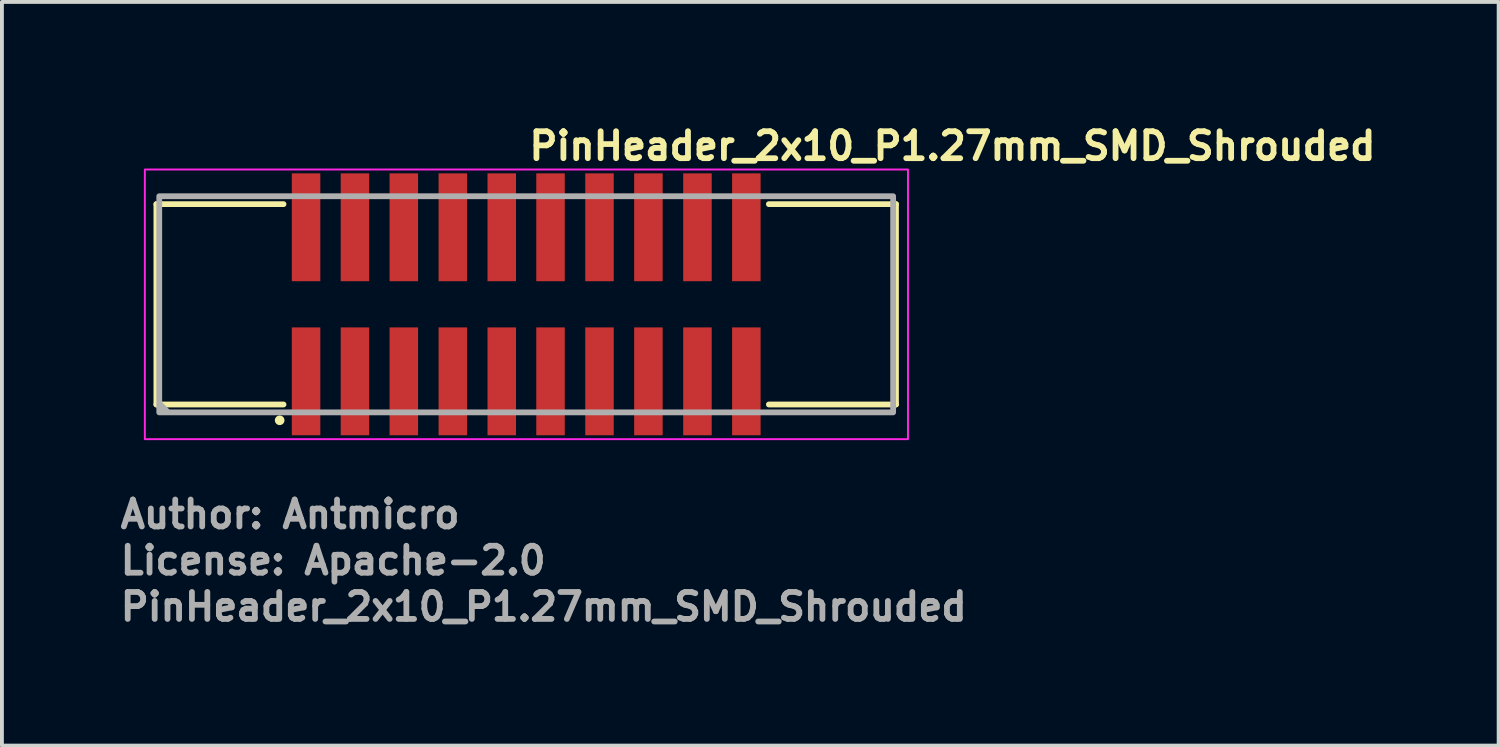
<source format=kicad_pcb>
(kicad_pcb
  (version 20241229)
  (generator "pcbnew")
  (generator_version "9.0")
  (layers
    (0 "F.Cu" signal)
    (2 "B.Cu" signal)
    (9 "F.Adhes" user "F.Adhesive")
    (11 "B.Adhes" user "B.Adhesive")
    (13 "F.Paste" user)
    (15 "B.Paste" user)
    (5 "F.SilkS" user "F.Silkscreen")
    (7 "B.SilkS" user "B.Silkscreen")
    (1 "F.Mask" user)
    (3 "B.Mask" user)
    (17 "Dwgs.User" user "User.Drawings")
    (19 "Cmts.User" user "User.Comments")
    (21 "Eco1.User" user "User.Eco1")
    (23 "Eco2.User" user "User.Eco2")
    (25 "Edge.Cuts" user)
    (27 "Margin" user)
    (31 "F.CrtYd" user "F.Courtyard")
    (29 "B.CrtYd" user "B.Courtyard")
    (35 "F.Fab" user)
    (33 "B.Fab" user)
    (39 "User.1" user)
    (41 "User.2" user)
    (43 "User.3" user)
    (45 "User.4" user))
  (footprint "PinHeader_2x10_P1.27mm_SMD_Shrouded"
    (layer "F.Cu")
    (at 10.61 4.85)
    (property "Reference" "PinHeader_2x10_P1.27mm_SMD_Shrouded" (at 0 -3.7 0) (layer "F.SilkS") (effects (font (size 0.7 0.7) (thickness 0.15)) (justify left bottom)))
    (attr smd)
    (fp_line (start -9.6 -2.601) (end -9.6 2.6) (stroke (width 0.15) (type solid)) (layer "F.SilkS"))
    (fp_line (start -9.6 -2.601) (end -6.3 -2.601) (stroke (width 0.15) (type solid)) (layer "F.SilkS"))
    (fp_line (start -9.6 2.6) (end -6.3 2.6) (stroke (width 0.15) (type solid)) (layer "F.SilkS"))
    (fp_line (start 6.299 -2.601) (end 9.598 -2.601) (stroke (width 0.15) (type solid)) (layer "F.SilkS"))
    (fp_line (start 6.299 2.6) (end 9.598 2.6) (stroke (width 0.15) (type solid)) (layer "F.SilkS"))
    (fp_line (start 9.598 -2.601) (end 9.598 2.6) (stroke (width 0.15) (type solid)) (layer "F.SilkS"))
    (fp_circle (center -6.4 3.01) (end -6.35 3.01) (stroke (width 0.15) (type solid)) (fill yes) (layer "F.SilkS"))
    (fp_rect (start -9.9 -3.5) (end 9.91 3.5) (stroke (width 0.05) (type solid)) (fill no) (layer "F.CrtYd"))
    (fp_line (start -9.51 2.59) (end -9.31 2.79) (stroke (width 0.15) (type solid)) (layer "F.Fab"))
    (fp_rect (start -9.526 -2.806) (end 9.525 2.805) (stroke (width 0.15) (type solid)) (fill no) (layer "F.Fab"))
    (fp_rect (start -9.526 -2.806) (end 9.525 2.805) (stroke (width 0.1) (type solid)) (fill no) (layer "User.5"))
    (fp_line (start -9.526 -2.5) (end 9.525 -2.5) (stroke (width 0.02) (type solid)) (layer "User.9"))
    (fp_line (start -9.526 2.499) (end -9.526 -2.5) (stroke (width 0.02) (type solid)) (layer "User.9"))
    (fp_line (start -9.526 2.499) (end -1.2 2.499) (stroke (width 0.02) (type solid)) (layer "User.9"))
    (fp_line (start -9.125 -2.101) (end -8.725 -1.7) (stroke (width 0.02) (type solid)) (layer "User.9"))
    (fp_line (start -9.125 -2.101) (end 9.124 -2.101) (stroke (width 0.02) (type solid)) (layer "User.9"))
    (fp_line (start -9.125 2.1) (end -9.125 -2.101) (stroke (width 0.02) (type solid)) (layer "User.9"))
    (fp_line (start -9.125 2.1) (end -8.725 1.699) (stroke (width 0.02) (type solid)) (layer "User.9"))
    (fp_line (start -8.725 -1.7) (end -8.725 1.699) (stroke (width 0.02) (type solid)) (layer "User.9"))
    (fp_line (start -8.725 1.699) (end -1.2 1.699) (stroke (width 0.02) (type solid)) (layer "User.9"))
    (fp_line (start -6.768 2.548) (end -6.768 2.499) (stroke (width 0.02) (type solid)) (layer "User.9"))
    (fp_line (start -5.915 -0.835) (end -5.515 -0.835) (stroke (width 0.02) (type solid)) (layer "User.9"))
    (fp_line (start -5.915 -0.435) (end -5.915 -0.835) (stroke (width 0.02) (type solid)) (layer "User.9"))
    (fp_line (start -5.915 0.433) (end -5.816 0.535) (stroke (width 0.02) (type solid)) (layer "User.9"))
    (fp_line (start -5.915 0.433) (end -5.515 0.433) (stroke (width 0.02) (type solid)) (layer "User.9"))
    (fp_line (start -5.915 0.833) (end -5.915 0.433) (stroke (width 0.02) (type solid)) (layer "User.9"))
    (fp_line (start -5.816 -2.755) (end -5.896 -2.5) (stroke (width 0.02) (type solid)) (layer "User.9"))
    (fp_line (start -5.816 -2.755) (end -5.617 -2.755) (stroke (width 0.02) (type solid)) (layer "User.9"))
    (fp_line (start -5.816 -0.735) (end -5.915 -0.835) (stroke (width 0.02) (type solid)) (layer "User.9"))
    (fp_line (start -5.816 -0.735) (end -5.816 -0.537) (stroke (width 0.02) (type solid)) (layer "User.9"))
    (fp_line (start -5.816 -0.537) (end -5.915 -0.435) (stroke (width 0.02) (type solid)) (layer "User.9"))
    (fp_line (start -5.816 -0.537) (end -5.617 -0.537) (stroke (width 0.02) (type solid)) (layer "User.9"))
    (fp_line (start -5.816 0.535) (end -5.816 0.733) (stroke (width 0.02) (type solid)) (layer "User.9"))
    (fp_line (start -5.816 0.733) (end -5.915 0.833) (stroke (width 0.02) (type solid)) (layer "User.9"))
    (fp_line (start -5.816 0.733) (end -5.617 0.733) (stroke (width 0.02) (type solid)) (layer "User.9"))
    (fp_line (start -5.816 2.753) (end -5.88 2.548) (stroke (width 0.02) (type solid)) (layer "User.9"))
    (fp_line (start -5.617 -2.755) (end -5.537 -2.5) (stroke (width 0.02) (type solid)) (layer "User.9"))
    (fp_line (start -5.617 -0.735) (end -5.816 -0.735) (stroke (width 0.02) (type solid)) (layer "User.9"))
    (fp_line (start -5.617 -0.735) (end -5.515 -0.835) (stroke (width 0.02) (type solid)) (layer "User.9"))
    (fp_line (start -5.617 -0.537) (end -5.617 -0.735) (stroke (width 0.02) (type solid)) (layer "User.9"))
    (fp_line (start -5.617 0.535) (end -5.816 0.535) (stroke (width 0.02) (type solid)) (layer "User.9"))
    (fp_line (start -5.617 0.535) (end -5.515 0.433) (stroke (width 0.02) (type solid)) (layer "User.9"))
    (fp_line (start -5.617 0.733) (end -5.617 0.535) (stroke (width 0.02) (type solid)) (layer "User.9"))
    (fp_line (start -5.617 0.733) (end -5.515 0.833) (stroke (width 0.02) (type solid)) (layer "User.9"))
    (fp_line (start -5.617 2.753) (end -5.816 2.753) (stroke (width 0.02) (type solid)) (layer "User.9"))
    (fp_line (start -5.617 2.753) (end -5.552 2.548) (stroke (width 0.02) (type solid)) (layer "User.9"))
    (fp_line (start -5.515 -0.835) (end -5.515 -0.435) (stroke (width 0.02) (type solid)) (layer "User.9"))
    (fp_line (start -5.515 -0.435) (end -5.915 -0.435) (stroke (width 0.02) (type solid)) (layer "User.9"))
    (fp_line (start -5.515 -0.435) (end -5.617 -0.537) (stroke (width 0.02) (type solid)) (layer "User.9"))
    (fp_line (start -5.515 0.433) (end -5.515 0.833) (stroke (width 0.02) (type solid)) (layer "User.9"))
    (fp_line (start -5.515 0.833) (end -5.915 0.833) (stroke (width 0.02) (type solid)) (layer "User.9"))
    (fp_line (start -5.268 2.548) (end -6.768 2.548) (stroke (width 0.02) (type solid)) (layer "User.9"))
    (fp_line (start -5.268 2.548) (end -5.268 2.499) (stroke (width 0.02) (type solid)) (layer "User.9"))
    (fp_line (start -4.646 -0.885) (end -4.247 -0.885) (stroke (width 0.02) (type solid)) (layer "User.9"))
    (fp_line (start -4.646 -0.485) (end -4.646 -0.885) (stroke (width 0.02) (type solid)) (layer "User.9"))
    (fp_line (start -4.646 -0.435) (end -4.646 -0.485) (stroke (width 0.02) (type solid)) (layer "User.9"))
    (fp_line (start -4.646 0.433) (end -4.247 0.433) (stroke (width 0.02) (type solid)) (layer "User.9"))
    (fp_line (start -4.646 0.483) (end -4.646 0.433) (stroke (width 0.02) (type solid)) (layer "User.9"))
    (fp_line (start -4.646 0.483) (end -4.545 0.583) (stroke (width 0.02) (type solid)) (layer "User.9"))
    (fp_line (start -4.646 0.483) (end -4.247 0.483) (stroke (width 0.02) (type solid)) (layer "User.9"))
    (fp_line (start -4.646 0.883) (end -4.646 0.483) (stroke (width 0.02) (type solid)) (layer "User.9"))
    (fp_line (start -4.545 -2.806) (end -4.641 -2.5) (stroke (width 0.02) (type solid)) (layer "User.9"))
    (fp_line (start -4.545 -2.806) (end -4.345 -2.806) (stroke (width 0.02) (type solid)) (layer "User.9"))
    (fp_line (start -4.545 -0.787) (end -4.646 -0.885) (stroke (width 0.02) (type solid)) (layer "User.9"))
    (fp_line (start -4.545 -0.787) (end -4.545 -0.585) (stroke (width 0.02) (type solid)) (layer "User.9"))
    (fp_line (start -4.545 -0.585) (end -4.646 -0.485) (stroke (width 0.02) (type solid)) (layer "User.9"))
    (fp_line (start -4.545 -0.585) (end -4.345 -0.585) (stroke (width 0.02) (type solid)) (layer "User.9"))
    (fp_line (start -4.545 0.583) (end -4.545 0.785) (stroke (width 0.02) (type solid)) (layer "User.9"))
    (fp_line (start -4.545 0.785) (end -4.646 0.883) (stroke (width 0.02) (type solid)) (layer "User.9"))
    (fp_line (start -4.545 0.785) (end -4.345 0.785) (stroke (width 0.02) (type solid)) (layer "User.9"))
    (fp_line (start -4.545 2.805) (end -4.641 2.499) (stroke (width 0.02) (type solid)) (layer "User.9"))
    (fp_line (start -4.345 -2.806) (end -4.25 -2.5) (stroke (width 0.02) (type solid)) (layer "User.9"))
    (fp_line (start -4.345 -0.787) (end -4.545 -0.787) (stroke (width 0.02) (type solid)) (layer "User.9"))
    (fp_line (start -4.345 -0.787) (end -4.247 -0.885) (stroke (width 0.02) (type solid)) (layer "User.9"))
    (fp_line (start -4.345 -0.585) (end -4.345 -0.787) (stroke (width 0.02) (type solid)) (layer "User.9"))
    (fp_line (start -4.345 0.583) (end -4.545 0.583) (stroke (width 0.02) (type solid)) (layer "User.9"))
    (fp_line (start -4.345 0.583) (end -4.247 0.483) (stroke (width 0.02) (type solid)) (layer "User.9"))
    (fp_line (start -4.345 0.785) (end -4.345 0.583) (stroke (width 0.02) (type solid)) (layer "User.9"))
    (fp_line (start -4.345 0.785) (end -4.247 0.883) (stroke (width 0.02) (type solid)) (layer "User.9"))
    (fp_line (start -4.345 2.805) (end -4.545 2.805) (stroke (width 0.02) (type solid)) (layer "User.9"))
    (fp_line (start -4.345 2.805) (end -4.25 2.499) (stroke (width 0.02) (type solid)) (layer "User.9"))
    (fp_line (start -4.247 -0.885) (end -4.247 -0.485) (stroke (width 0.02) (type solid)) (layer "User.9"))
    (fp_line (start -4.247 -0.485) (end -4.646 -0.485) (stroke (width 0.02) (type solid)) (layer "User.9"))
    (fp_line (start -4.247 -0.485) (end -4.345 -0.585) (stroke (width 0.02) (type solid)) (layer "User.9"))
    (fp_line (start -4.247 -0.485) (end -4.247 -0.435) (stroke (width 0.02) (type solid)) (layer "User.9"))
    (fp_line (start -4.247 -0.435) (end -4.646 -0.435) (stroke (width 0.02) (type solid)) (layer "User.9"))
    (fp_line (start -4.247 0.433) (end -4.247 0.483) (stroke (width 0.02) (type solid)) (layer "User.9"))
    (fp_line (start -4.247 0.483) (end -4.247 0.883) (stroke (width 0.02) (type solid)) (layer "User.9"))
    (fp_line (start -4.247 0.883) (end -4.646 0.883) (stroke (width 0.02) (type solid)) (layer "User.9"))
    (fp_line (start -3.375 -0.885) (end -2.976 -0.885) (stroke (width 0.02) (type solid)) (layer "User.9"))
    (fp_line (start -3.375 -0.485) (end -3.375 -0.885) (stroke (width 0.02) (type solid)) (layer "User.9"))
    (fp_line (start -3.375 -0.435) (end -3.375 -0.485) (stroke (width 0.02) (type solid)) (layer "User.9"))
    (fp_line (start -3.375 0.433) (end -2.976 0.433) (stroke (width 0.02) (type solid)) (layer "User.9"))
    (fp_line (start -3.375 0.483) (end -3.375 0.433) (stroke (width 0.02) (type solid)) (layer "User.9"))
    (fp_line (start -3.375 0.483) (end -3.275 0.583) (stroke (width 0.02) (type solid)) (layer "User.9"))
    (fp_line (start -3.375 0.483) (end -2.976 0.483) (stroke (width 0.02) (type solid)) (layer "User.9"))
    (fp_line (start -3.375 0.883) (end -3.375 0.483) (stroke (width 0.02) (type solid)) (layer "User.9"))
    (fp_line (start -3.275 -2.806) (end -3.371 -2.5) (stroke (width 0.02) (type solid)) (layer "User.9"))
    (fp_line (start -3.275 -2.806) (end -3.077 -2.806) (stroke (width 0.02) (type solid)) (layer "User.9"))
    (fp_line (start -3.275 -0.787) (end -3.375 -0.885) (stroke (width 0.02) (type solid)) (layer "User.9"))
    (fp_line (start -3.275 -0.787) (end -3.275 -0.585) (stroke (width 0.02) (type solid)) (layer "User.9"))
    (fp_line (start -3.275 -0.585) (end -3.375 -0.485) (stroke (width 0.02) (type solid)) (layer "User.9"))
    (fp_line (start -3.275 -0.585) (end -3.077 -0.585) (stroke (width 0.02) (type solid)) (layer "User.9"))
    (fp_line (start -3.275 0.583) (end -3.275 0.785) (stroke (width 0.02) (type solid)) (layer "User.9"))
    (fp_line (start -3.275 0.785) (end -3.375 0.883) (stroke (width 0.02) (type solid)) (layer "User.9"))
    (fp_line (start -3.275 0.785) (end -3.077 0.785) (stroke (width 0.02) (type solid)) (layer "User.9"))
    (fp_line (start -3.275 2.805) (end -3.371 2.499) (stroke (width 0.02) (type solid)) (layer "User.9"))
    (fp_line (start -3.077 -2.806) (end -2.98 -2.5) (stroke (width 0.02) (type solid)) (layer "User.9"))
    (fp_line (start -3.077 -0.787) (end -3.275 -0.787) (stroke (width 0.02) (type solid)) (layer "User.9"))
    (fp_line (start -3.077 -0.787) (end -2.976 -0.885) (stroke (width 0.02) (type solid)) (layer "User.9"))
    (fp_line (start -3.077 -0.585) (end -3.077 -0.787) (stroke (width 0.02) (type solid)) (layer "User.9"))
    (fp_line (start -3.077 0.583) (end -3.275 0.583) (stroke (width 0.02) (type solid)) (layer "User.9"))
    (fp_line (start -3.077 0.583) (end -2.976 0.483) (stroke (width 0.02) (type solid)) (layer "User.9"))
    (fp_line (start -3.077 0.785) (end -3.077 0.583) (stroke (width 0.02) (type solid)) (layer "User.9"))
    (fp_line (start -3.077 0.785) (end -2.976 0.883) (stroke (width 0.02) (type solid)) (layer "User.9"))
    (fp_line (start -3.077 2.805) (end -3.275 2.805) (stroke (width 0.02) (type solid)) (layer "User.9"))
    (fp_line (start -3.077 2.805) (end -2.98 2.499) (stroke (width 0.02) (type solid)) (layer "User.9"))
    (fp_line (start -2.976 -0.885) (end -2.976 -0.485) (stroke (width 0.02) (type solid)) (layer "User.9"))
    (fp_line (start -2.976 -0.485) (end -3.375 -0.485) (stroke (width 0.02) (type solid)) (layer "User.9"))
    (fp_line (start -2.976 -0.485) (end -3.077 -0.585) (stroke (width 0.02) (type solid)) (layer "User.9"))
    (fp_line (start -2.976 -0.485) (end -2.976 -0.435) (stroke (width 0.02) (type solid)) (layer "User.9"))
    (fp_line (start -2.976 -0.435) (end -3.375 -0.435) (stroke (width 0.02) (type solid)) (layer "User.9"))
    (fp_line (start -2.976 0.433) (end -2.976 0.483) (stroke (width 0.02) (type solid)) (layer "User.9"))
    (fp_line (start -2.976 0.483) (end -2.976 0.883) (stroke (width 0.02) (type solid)) (layer "User.9"))
    (fp_line (start -2.976 0.883) (end -3.375 0.883) (stroke (width 0.02) (type solid)) (layer "User.9"))
    (fp_line (start -2.105 -0.885) (end -1.706 -0.885) (stroke (width 0.02) (type solid)) (layer "User.9"))
    (fp_line (start -2.105 -0.485) (end -2.105 -0.885) (stroke (width 0.02) (type solid)) (layer "User.9"))
    (fp_line (start -2.105 -0.435) (end -2.105 -0.485) (stroke (width 0.02) (type solid)) (layer "User.9"))
    (fp_line (start -2.105 0.433) (end -1.706 0.433) (stroke (width 0.02) (type solid)) (layer "User.9"))
    (fp_line (start -2.105 0.483) (end -2.105 0.433) (stroke (width 0.02) (type solid)) (layer "User.9"))
    (fp_line (start -2.105 0.483) (end -2.005 0.583) (stroke (width 0.02) (type solid)) (layer "User.9"))
    (fp_line (start -2.105 0.483) (end -1.706 0.483) (stroke (width 0.02) (type solid)) (layer "User.9"))
    (fp_line (start -2.105 0.883) (end -2.105 0.483) (stroke (width 0.02) (type solid)) (layer "User.9"))
    (fp_line (start -2.005 -2.806) (end -2.101 -2.5) (stroke (width 0.02) (type solid)) (layer "User.9"))
    (fp_line (start -2.005 -2.806) (end -1.805 -2.806) (stroke (width 0.02) (type solid)) (layer "User.9"))
    (fp_line (start -2.005 -0.787) (end -2.105 -0.885) (stroke (width 0.02) (type solid)) (layer "User.9"))
    (fp_line (start -2.005 -0.787) (end -2.005 -0.585) (stroke (width 0.02) (type solid)) (layer "User.9"))
    (fp_line (start -2.005 -0.585) (end -2.105 -0.485) (stroke (width 0.02) (type solid)) (layer "User.9"))
    (fp_line (start -2.005 -0.585) (end -1.805 -0.585) (stroke (width 0.02) (type solid)) (layer "User.9"))
    (fp_line (start -2.005 0.583) (end -2.005 0.785) (stroke (width 0.02) (type solid)) (layer "User.9"))
    (fp_line (start -2.005 0.785) (end -2.105 0.883) (stroke (width 0.02) (type solid)) (layer "User.9"))
    (fp_line (start -2.005 0.785) (end -1.805 0.785) (stroke (width 0.02) (type solid)) (layer "User.9"))
    (fp_line (start -2.005 2.805) (end -2.101 2.499) (stroke (width 0.02) (type solid)) (layer "User.9"))
    (fp_line (start -1.805 -2.806) (end -1.71 -2.5) (stroke (width 0.02) (type solid)) (layer "User.9"))
    (fp_line (start -1.805 -0.787) (end -2.005 -0.787) (stroke (width 0.02) (type solid)) (layer "User.9"))
    (fp_line (start -1.805 -0.787) (end -1.706 -0.885) (stroke (width 0.02) (type solid)) (layer "User.9"))
    (fp_line (start -1.805 -0.585) (end -1.805 -0.787) (stroke (width 0.02) (type solid)) (layer "User.9"))
    (fp_line (start -1.805 0.583) (end -2.005 0.583) (stroke (width 0.02) (type solid)) (layer "User.9"))
    (fp_line (start -1.805 0.583) (end -1.706 0.483) (stroke (width 0.02) (type solid)) (layer "User.9"))
    (fp_line (start -1.805 0.785) (end -1.805 0.583) (stroke (width 0.02) (type solid)) (layer "User.9"))
    (fp_line (start -1.805 0.785) (end -1.706 0.883) (stroke (width 0.02) (type solid)) (layer "User.9"))
    (fp_line (start -1.805 2.805) (end -2.005 2.805) (stroke (width 0.02) (type solid)) (layer "User.9"))
    (fp_line (start -1.805 2.805) (end -1.71 2.499) (stroke (width 0.02) (type solid)) (layer "User.9"))
    (fp_line (start -1.706 -0.885) (end -1.706 -0.485) (stroke (width 0.02) (type solid)) (layer "User.9"))
    (fp_line (start -1.706 -0.485) (end -2.105 -0.485) (stroke (width 0.02) (type solid)) (layer "User.9"))
    (fp_line (start -1.706 -0.485) (end -1.805 -0.585) (stroke (width 0.02) (type solid)) (layer "User.9"))
    (fp_line (start -1.706 -0.485) (end -1.706 -0.435) (stroke (width 0.02) (type solid)) (layer "User.9"))
    (fp_line (start -1.706 -0.435) (end -2.105 -0.435) (stroke (width 0.02) (type solid)) (layer "User.9"))
    (fp_line (start -1.706 0.433) (end -1.706 0.483) (stroke (width 0.02) (type solid)) (layer "User.9"))
    (fp_line (start -1.706 0.483) (end -1.706 0.883) (stroke (width 0.02) (type solid)) (layer "User.9"))
    (fp_line (start -1.706 0.883) (end -2.105 0.883) (stroke (width 0.02) (type solid)) (layer "User.9"))
    (fp_line (start -1.2 2.1) (end -9.125 2.1) (stroke (width 0.02) (type solid)) (layer "User.9"))
    (fp_line (start -1.2 2.1) (end -1.2 1.699) (stroke (width 0.02) (type solid)) (layer "User.9"))
    (fp_line (start -1.2 2.499) (end -1.2 2.1) (stroke (width 0.02) (type solid)) (layer "User.9"))
    (fp_line (start -0.835 -0.885) (end -0.435 -0.885) (stroke (width 0.02) (type solid)) (layer "User.9"))
    (fp_line (start -0.835 -0.485) (end -0.835 -0.885) (stroke (width 0.02) (type solid)) (layer "User.9"))
    (fp_line (start -0.835 -0.435) (end -0.835 -0.485) (stroke (width 0.02) (type solid)) (layer "User.9"))
    (fp_line (start -0.835 0.433) (end -0.435 0.433) (stroke (width 0.02) (type solid)) (layer "User.9"))
    (fp_line (start -0.835 0.483) (end -0.835 0.433) (stroke (width 0.02) (type solid)) (layer "User.9"))
    (fp_line (start -0.835 0.483) (end -0.735 0.583) (stroke (width 0.02) (type solid)) (layer "User.9"))
    (fp_line (start -0.835 0.483) (end -0.435 0.483) (stroke (width 0.02) (type solid)) (layer "User.9"))
    (fp_line (start -0.835 0.883) (end -0.835 0.483) (stroke (width 0.02) (type solid)) (layer "User.9"))
    (fp_line (start -0.735 -2.806) (end -0.832 -2.5) (stroke (width 0.02) (type solid)) (layer "User.9"))
    (fp_line (start -0.735 -2.806) (end -0.537 -2.806) (stroke (width 0.02) (type solid)) (layer "User.9"))
    (fp_line (start -0.735 -0.787) (end -0.835 -0.885) (stroke (width 0.02) (type solid)) (layer "User.9"))
    (fp_line (start -0.735 -0.787) (end -0.735 -0.585) (stroke (width 0.02) (type solid)) (layer "User.9"))
    (fp_line (start -0.735 -0.585) (end -0.835 -0.485) (stroke (width 0.02) (type solid)) (layer "User.9"))
    (fp_line (start -0.735 -0.585) (end -0.537 -0.585) (stroke (width 0.02) (type solid)) (layer "User.9"))
    (fp_line (start -0.735 0.583) (end -0.735 0.785) (stroke (width 0.02) (type solid)) (layer "User.9"))
    (fp_line (start -0.735 0.785) (end -0.835 0.883) (stroke (width 0.02) (type solid)) (layer "User.9"))
    (fp_line (start -0.735 0.785) (end -0.537 0.785) (stroke (width 0.02) (type solid)) (layer "User.9"))
    (fp_line (start -0.735 2.805) (end -0.832 2.499) (stroke (width 0.02) (type solid)) (layer "User.9"))
    (fp_line (start -0.537 -2.806) (end -0.44 -2.5) (stroke (width 0.02) (type solid)) (layer "User.9"))
    (fp_line (start -0.537 -0.787) (end -0.735 -0.787) (stroke (width 0.02) (type solid)) (layer "User.9"))
    (fp_line (start -0.537 -0.787) (end -0.435 -0.885) (stroke (width 0.02) (type solid)) (layer "User.9"))
    (fp_line (start -0.537 -0.585) (end -0.537 -0.787) (stroke (width 0.02) (type solid)) (layer "User.9"))
    (fp_line (start -0.537 0.583) (end -0.735 0.583) (stroke (width 0.02) (type solid)) (layer "User.9"))
    (fp_line (start -0.537 0.583) (end -0.435 0.483) (stroke (width 0.02) (type solid)) (layer "User.9"))
    (fp_line (start -0.537 0.785) (end -0.537 0.583) (stroke (width 0.02) (type solid)) (layer "User.9"))
    (fp_line (start -0.537 0.785) (end -0.435 0.883) (stroke (width 0.02) (type solid)) (layer "User.9"))
    (fp_line (start -0.537 2.805) (end -0.735 2.805) (stroke (width 0.02) (type solid)) (layer "User.9"))
    (fp_line (start -0.537 2.805) (end -0.44 2.499) (stroke (width 0.02) (type solid)) (layer "User.9"))
    (fp_line (start -0.435 -0.885) (end -0.435 -0.485) (stroke (width 0.02) (type solid)) (layer "User.9"))
    (fp_line (start -0.435 -0.485) (end -0.835 -0.485) (stroke (width 0.02) (type solid)) (layer "User.9"))
    (fp_line (start -0.435 -0.485) (end -0.537 -0.585) (stroke (width 0.02) (type solid)) (layer "User.9"))
    (fp_line (start -0.435 -0.485) (end -0.435 -0.435) (stroke (width 0.02) (type solid)) (layer "User.9"))
    (fp_line (start -0.435 -0.435) (end -0.835 -0.435) (stroke (width 0.02) (type solid)) (layer "User.9"))
    (fp_line (start -0.435 0.433) (end -0.435 0.483) (stroke (width 0.02) (type solid)) (layer "User.9"))
    (fp_line (start -0.435 0.483) (end -0.435 0.883) (stroke (width 0.02) (type solid)) (layer "User.9"))
    (fp_line (start -0.435 0.883) (end -0.835 0.883) (stroke (width 0.02) (type solid)) (layer "User.9"))
    (fp_line (start 0.433 -0.885) (end 0.833 -0.885) (stroke (width 0.02) (type solid)) (layer "User.9"))
    (fp_line (start 0.433 -0.485) (end 0.433 -0.885) (stroke (width 0.02) (type solid)) (layer "User.9"))
    (fp_line (start 0.433 -0.435) (end 0.433 -0.485) (stroke (width 0.02) (type solid)) (layer "User.9"))
    (fp_line (start 0.433 0.433) (end 0.833 0.433) (stroke (width 0.02) (type solid)) (layer "User.9"))
    (fp_line (start 0.433 0.483) (end 0.433 0.433) (stroke (width 0.02) (type solid)) (layer "User.9"))
    (fp_line (start 0.433 0.483) (end 0.535 0.583) (stroke (width 0.02) (type solid)) (layer "User.9"))
    (fp_line (start 0.433 0.483) (end 0.833 0.483) (stroke (width 0.02) (type solid)) (layer "User.9"))
    (fp_line (start 0.433 0.883) (end 0.433 0.483) (stroke (width 0.02) (type solid)) (layer "User.9"))
    (fp_line (start 0.535 -2.806) (end 0.438 -2.5) (stroke (width 0.02) (type solid)) (layer "User.9"))
    (fp_line (start 0.535 -2.806) (end 0.733 -2.806) (stroke (width 0.02) (type solid)) (layer "User.9"))
    (fp_line (start 0.535 -0.787) (end 0.433 -0.885) (stroke (width 0.02) (type solid)) (layer "User.9"))
    (fp_line (start 0.535 -0.787) (end 0.535 -0.585) (stroke (width 0.02) (type solid)) (layer "User.9"))
    (fp_line (start 0.535 -0.585) (end 0.433 -0.485) (stroke (width 0.02) (type solid)) (layer "User.9"))
    (fp_line (start 0.535 -0.585) (end 0.733 -0.585) (stroke (width 0.02) (type solid)) (layer "User.9"))
    (fp_line (start 0.535 0.583) (end 0.535 0.785) (stroke (width 0.02) (type solid)) (layer "User.9"))
    (fp_line (start 0.535 0.785) (end 0.433 0.883) (stroke (width 0.02) (type solid)) (layer "User.9"))
    (fp_line (start 0.535 0.785) (end 0.733 0.785) (stroke (width 0.02) (type solid)) (layer "User.9"))
    (fp_line (start 0.535 2.805) (end 0.438 2.499) (stroke (width 0.02) (type solid)) (layer "User.9"))
    (fp_line (start 0.733 -2.806) (end 0.83 -2.5) (stroke (width 0.02) (type solid)) (layer "User.9"))
    (fp_line (start 0.733 -0.787) (end 0.535 -0.787) (stroke (width 0.02) (type solid)) (layer "User.9"))
    (fp_line (start 0.733 -0.787) (end 0.833 -0.885) (stroke (width 0.02) (type solid)) (layer "User.9"))
    (fp_line (start 0.733 -0.585) (end 0.733 -0.787) (stroke (width 0.02) (type solid)) (layer "User.9"))
    (fp_line (start 0.733 0.583) (end 0.535 0.583) (stroke (width 0.02) (type solid)) (layer "User.9"))
    (fp_line (start 0.733 0.583) (end 0.833 0.483) (stroke (width 0.02) (type solid)) (layer "User.9"))
    (fp_line (start 0.733 0.785) (end 0.733 0.583) (stroke (width 0.02) (type solid)) (layer "User.9"))
    (fp_line (start 0.733 0.785) (end 0.833 0.883) (stroke (width 0.02) (type solid)) (layer "User.9"))
    (fp_line (start 0.733 2.805) (end 0.535 2.805) (stroke (width 0.02) (type solid)) (layer "User.9"))
    (fp_line (start 0.733 2.805) (end 0.83 2.499) (stroke (width 0.02) (type solid)) (layer "User.9"))
    (fp_line (start 0.833 -0.885) (end 0.833 -0.485) (stroke (width 0.02) (type solid)) (layer "User.9"))
    (fp_line (start 0.833 -0.485) (end 0.433 -0.485) (stroke (width 0.02) (type solid)) (layer "User.9"))
    (fp_line (start 0.833 -0.485) (end 0.733 -0.585) (stroke (width 0.02) (type solid)) (layer "User.9"))
    (fp_line (start 0.833 -0.485) (end 0.833 -0.435) (stroke (width 0.02) (type solid)) (layer "User.9"))
    (fp_line (start 0.833 -0.435) (end 0.433 -0.435) (stroke (width 0.02) (type solid)) (layer "User.9"))
    (fp_line (start 0.833 0.433) (end 0.833 0.483) (stroke (width 0.02) (type solid)) (layer "User.9"))
    (fp_line (start 0.833 0.483) (end 0.833 0.883) (stroke (width 0.02) (type solid)) (layer "User.9"))
    (fp_line (start 0.833 0.883) (end 0.433 0.883) (stroke (width 0.02) (type solid)) (layer "User.9"))
    (fp_line (start 1.199 1.699) (end 1.199 2.1) (stroke (width 0.02) (type solid)) (layer "User.9"))
    (fp_line (start 1.199 1.699) (end 8.724 1.699) (stroke (width 0.02) (type solid)) (layer "User.9"))
    (fp_line (start 1.199 2.1) (end 1.199 2.499) (stroke (width 0.02) (type solid)) (layer "User.9"))
    (fp_line (start 1.199 2.499) (end -1.2 2.499) (stroke (width 0.02) (type solid)) (layer "User.9"))
    (fp_line (start 1.199 2.499) (end 9.525 2.499) (stroke (width 0.02) (type solid)) (layer "User.9"))
    (fp_line (start 1.705 -0.885) (end 2.104 -0.885) (stroke (width 0.02) (type solid)) (layer "User.9"))
    (fp_line (start 1.705 -0.485) (end 1.705 -0.885) (stroke (width 0.02) (type solid)) (layer "User.9"))
    (fp_line (start 1.705 -0.435) (end 1.705 -0.485) (stroke (width 0.02) (type solid)) (layer "User.9"))
    (fp_line (start 1.705 0.433) (end 2.104 0.433) (stroke (width 0.02) (type solid)) (layer "User.9"))
    (fp_line (start 1.705 0.483) (end 1.705 0.433) (stroke (width 0.02) (type solid)) (layer "User.9"))
    (fp_line (start 1.705 0.483) (end 1.804 0.583) (stroke (width 0.02) (type solid)) (layer "User.9"))
    (fp_line (start 1.705 0.483) (end 2.104 0.483) (stroke (width 0.02) (type solid)) (layer "User.9"))
    (fp_line (start 1.705 0.883) (end 1.705 0.483) (stroke (width 0.02) (type solid)) (layer "User.9"))
    (fp_line (start 1.804 -2.806) (end 1.709 -2.5) (stroke (width 0.02) (type solid)) (layer "User.9"))
    (fp_line (start 1.804 -2.806) (end 2.003 -2.806) (stroke (width 0.02) (type solid)) (layer "User.9"))
    (fp_line (start 1.804 -0.787) (end 1.705 -0.885) (stroke (width 0.02) (type solid)) (layer "User.9"))
    (fp_line (start 1.804 -0.787) (end 1.804 -0.585) (stroke (width 0.02) (type solid)) (layer "User.9"))
    (fp_line (start 1.804 -0.585) (end 1.705 -0.485) (stroke (width 0.02) (type solid)) (layer "User.9"))
    (fp_line (start 1.804 -0.585) (end 2.003 -0.585) (stroke (width 0.02) (type solid)) (layer "User.9"))
    (fp_line (start 1.804 0.583) (end 1.804 0.785) (stroke (width 0.02) (type solid)) (layer "User.9"))
    (fp_line (start 1.804 0.785) (end 1.705 0.883) (stroke (width 0.02) (type solid)) (layer "User.9"))
    (fp_line (start 1.804 0.785) (end 2.003 0.785) (stroke (width 0.02) (type solid)) (layer "User.9"))
    (fp_line (start 1.804 2.805) (end 1.709 2.499) (stroke (width 0.02) (type solid)) (layer "User.9"))
    (fp_line (start 2.003 -2.806) (end 2.1 -2.5) (stroke (width 0.02) (type solid)) (layer "User.9"))
    (fp_line (start 2.003 -0.787) (end 1.804 -0.787) (stroke (width 0.02) (type solid)) (layer "User.9"))
    (fp_line (start 2.003 -0.787) (end 2.104 -0.885) (stroke (width 0.02) (type solid)) (layer "User.9"))
    (fp_line (start 2.003 -0.585) (end 2.003 -0.787) (stroke (width 0.02) (type solid)) (layer "User.9"))
    (fp_line (start 2.003 0.583) (end 1.804 0.583) (stroke (width 0.02) (type solid)) (layer "User.9"))
    (fp_line (start 2.003 0.583) (end 2.104 0.483) (stroke (width 0.02) (type solid)) (layer "User.9"))
    (fp_line (start 2.003 0.785) (end 2.003 0.583) (stroke (width 0.02) (type solid)) (layer "User.9"))
    (fp_line (start 2.003 0.785) (end 2.104 0.883) (stroke (width 0.02) (type solid)) (layer "User.9"))
    (fp_line (start 2.003 2.805) (end 1.804 2.805) (stroke (width 0.02) (type solid)) (layer "User.9"))
    (fp_line (start 2.003 2.805) (end 2.1 2.499) (stroke (width 0.02) (type solid)) (layer "User.9"))
    (fp_line (start 2.104 -0.885) (end 2.104 -0.485) (stroke (width 0.02) (type solid)) (layer "User.9"))
    (fp_line (start 2.104 -0.485) (end 1.705 -0.485) (stroke (width 0.02) (type solid)) (layer "User.9"))
    (fp_line (start 2.104 -0.485) (end 2.003 -0.585) (stroke (width 0.02) (type solid)) (layer "User.9"))
    (fp_line (start 2.104 -0.485) (end 2.104 -0.435) (stroke (width 0.02) (type solid)) (layer "User.9"))
    (fp_line (start 2.104 -0.435) (end 1.705 -0.435) (stroke (width 0.02) (type solid)) (layer "User.9"))
    (fp_line (start 2.104 0.433) (end 2.104 0.483) (stroke (width 0.02) (type solid)) (layer "User.9"))
    (fp_line (start 2.104 0.483) (end 2.104 0.883) (stroke (width 0.02) (type solid)) (layer "User.9"))
    (fp_line (start 2.104 0.883) (end 1.705 0.883) (stroke (width 0.02) (type solid)) (layer "User.9"))
    (fp_line (start 2.975 -0.885) (end 3.374 -0.885) (stroke (width 0.02) (type solid)) (layer "User.9"))
    (fp_line (start 2.975 -0.485) (end 2.975 -0.885) (stroke (width 0.02) (type solid)) (layer "User.9"))
    (fp_line (start 2.975 -0.435) (end 2.975 -0.485) (stroke (width 0.02) (type solid)) (layer "User.9"))
    (fp_line (start 2.975 0.433) (end 3.374 0.433) (stroke (width 0.02) (type solid)) (layer "User.9"))
    (fp_line (start 2.975 0.483) (end 2.975 0.433) (stroke (width 0.02) (type solid)) (layer "User.9"))
    (fp_line (start 2.975 0.483) (end 3.075 0.583) (stroke (width 0.02) (type solid)) (layer "User.9"))
    (fp_line (start 2.975 0.483) (end 3.374 0.483) (stroke (width 0.02) (type solid)) (layer "User.9"))
    (fp_line (start 2.975 0.883) (end 2.975 0.483) (stroke (width 0.02) (type solid)) (layer "User.9"))
    (fp_line (start 3.075 -2.806) (end 2.979 -2.5) (stroke (width 0.02) (type solid)) (layer "User.9"))
    (fp_line (start 3.075 -2.806) (end 3.273 -2.806) (stroke (width 0.02) (type solid)) (layer "User.9"))
    (fp_line (start 3.075 -0.787) (end 2.975 -0.885) (stroke (width 0.02) (type solid)) (layer "User.9"))
    (fp_line (start 3.075 -0.787) (end 3.075 -0.585) (stroke (width 0.02) (type solid)) (layer "User.9"))
    (fp_line (start 3.075 -0.585) (end 2.975 -0.485) (stroke (width 0.02) (type solid)) (layer "User.9"))
    (fp_line (start 3.075 -0.585) (end 3.273 -0.585) (stroke (width 0.02) (type solid)) (layer "User.9"))
    (fp_line (start 3.075 0.583) (end 3.075 0.785) (stroke (width 0.02) (type solid)) (layer "User.9"))
    (fp_line (start 3.075 0.785) (end 2.975 0.883) (stroke (width 0.02) (type solid)) (layer "User.9"))
    (fp_line (start 3.075 0.785) (end 3.273 0.785) (stroke (width 0.02) (type solid)) (layer "User.9"))
    (fp_line (start 3.075 2.805) (end 2.979 2.499) (stroke (width 0.02) (type solid)) (layer "User.9"))
    (fp_line (start 3.273 -2.806) (end 3.37 -2.5) (stroke (width 0.02) (type solid)) (layer "User.9"))
    (fp_line (start 3.273 -0.787) (end 3.075 -0.787) (stroke (width 0.02) (type solid)) (layer "User.9"))
    (fp_line (start 3.273 -0.787) (end 3.374 -0.885) (stroke (width 0.02) (type solid)) (layer "User.9"))
    (fp_line (start 3.273 -0.585) (end 3.273 -0.787) (stroke (width 0.02) (type solid)) (layer "User.9"))
    (fp_line (start 3.273 0.583) (end 3.075 0.583) (stroke (width 0.02) (type solid)) (layer "User.9"))
    (fp_line (start 3.273 0.583) (end 3.374 0.483) (stroke (width 0.02) (type solid)) (layer "User.9"))
    (fp_line (start 3.273 0.785) (end 3.273 0.583) (stroke (width 0.02) (type solid)) (layer "User.9"))
    (fp_line (start 3.273 0.785) (end 3.374 0.883) (stroke (width 0.02) (type solid)) (layer "User.9"))
    (fp_line (start 3.273 2.805) (end 3.075 2.805) (stroke (width 0.02) (type solid)) (layer "User.9"))
    (fp_line (start 3.273 2.805) (end 3.37 2.499) (stroke (width 0.02) (type solid)) (layer "User.9"))
    (fp_line (start 3.374 -0.885) (end 3.374 -0.485) (stroke (width 0.02) (type solid)) (layer "User.9"))
    (fp_line (start 3.374 -0.485) (end 2.975 -0.485) (stroke (width 0.02) (type solid)) (layer "User.9"))
    (fp_line (start 3.374 -0.485) (end 3.273 -0.585) (stroke (width 0.02) (type solid)) (layer "User.9"))
    (fp_line (start 3.374 -0.485) (end 3.374 -0.435) (stroke (width 0.02) (type solid)) (layer "User.9"))
    (fp_line (start 3.374 -0.435) (end 2.975 -0.435) (stroke (width 0.02) (type solid)) (layer "User.9"))
    (fp_line (start 3.374 0.433) (end 3.374 0.483) (stroke (width 0.02) (type solid)) (layer "User.9"))
    (fp_line (start 3.374 0.483) (end 3.374 0.883) (stroke (width 0.02) (type solid)) (layer "User.9"))
    (fp_line (start 3.374 0.883) (end 2.975 0.883) (stroke (width 0.02) (type solid)) (layer "User.9"))
    (fp_line (start 4.245 -0.885) (end 4.644 -0.885) (stroke (width 0.02) (type solid)) (layer "User.9"))
    (fp_line (start 4.245 -0.485) (end 4.245 -0.885) (stroke (width 0.02) (type solid)) (layer "User.9"))
    (fp_line (start 4.245 -0.435) (end 4.245 -0.485) (stroke (width 0.02) (type solid)) (layer "User.9"))
    (fp_line (start 4.245 0.433) (end 4.644 0.433) (stroke (width 0.02) (type solid)) (layer "User.9"))
    (fp_line (start 4.245 0.483) (end 4.245 0.433) (stroke (width 0.02) (type solid)) (layer "User.9"))
    (fp_line (start 4.245 0.483) (end 4.344 0.583) (stroke (width 0.02) (type solid)) (layer "User.9"))
    (fp_line (start 4.245 0.483) (end 4.644 0.483) (stroke (width 0.02) (type solid)) (layer "User.9"))
    (fp_line (start 4.245 0.883) (end 4.245 0.483) (stroke (width 0.02) (type solid)) (layer "User.9"))
    (fp_line (start 4.344 -2.806) (end 4.248 -2.5) (stroke (width 0.02) (type solid)) (layer "User.9"))
    (fp_line (start 4.344 -2.806) (end 4.544 -2.806) (stroke (width 0.02) (type solid)) (layer "User.9"))
    (fp_line (start 4.344 -0.787) (end 4.245 -0.885) (stroke (width 0.02) (type solid)) (layer "User.9"))
    (fp_line (start 4.344 -0.787) (end 4.344 -0.585) (stroke (width 0.02) (type solid)) (layer "User.9"))
    (fp_line (start 4.344 -0.585) (end 4.245 -0.485) (stroke (width 0.02) (type solid)) (layer "User.9"))
    (fp_line (start 4.344 -0.585) (end 4.544 -0.585) (stroke (width 0.02) (type solid)) (layer "User.9"))
    (fp_line (start 4.344 0.583) (end 4.344 0.785) (stroke (width 0.02) (type solid)) (layer "User.9"))
    (fp_line (start 4.344 0.785) (end 4.245 0.883) (stroke (width 0.02) (type solid)) (layer "User.9"))
    (fp_line (start 4.344 0.785) (end 4.544 0.785) (stroke (width 0.02) (type solid)) (layer "User.9"))
    (fp_line (start 4.344 2.805) (end 4.248 2.499) (stroke (width 0.02) (type solid)) (layer "User.9"))
    (fp_line (start 4.544 -2.806) (end 4.639 -2.5) (stroke (width 0.02) (type solid)) (layer "User.9"))
    (fp_line (start 4.544 -0.787) (end 4.344 -0.787) (stroke (width 0.02) (type solid)) (layer "User.9"))
    (fp_line (start 4.544 -0.787) (end 4.644 -0.885) (stroke (width 0.02) (type solid)) (layer "User.9"))
    (fp_line (start 4.544 -0.585) (end 4.544 -0.787) (stroke (width 0.02) (type solid)) (layer "User.9"))
    (fp_line (start 4.544 0.583) (end 4.344 0.583) (stroke (width 0.02) (type solid)) (layer "User.9"))
    (fp_line (start 4.544 0.583) (end 4.644 0.483) (stroke (width 0.02) (type solid)) (layer "User.9"))
    (fp_line (start 4.544 0.785) (end 4.544 0.583) (stroke (width 0.02) (type solid)) (layer "User.9"))
    (fp_line (start 4.544 0.785) (end 4.644 0.883) (stroke (width 0.02) (type solid)) (layer "User.9"))
    (fp_line (start 4.544 2.805) (end 4.344 2.805) (stroke (width 0.02) (type solid)) (layer "User.9"))
    (fp_line (start 4.544 2.805) (end 4.639 2.499) (stroke (width 0.02) (type solid)) (layer "User.9"))
    (fp_line (start 4.644 -0.885) (end 4.644 -0.485) (stroke (width 0.02) (type solid)) (layer "User.9"))
    (fp_line (start 4.644 -0.485) (end 4.245 -0.485) (stroke (width 0.02) (type solid)) (layer "User.9"))
    (fp_line (start 4.644 -0.485) (end 4.544 -0.585) (stroke (width 0.02) (type solid)) (layer "User.9"))
    (fp_line (start 4.644 -0.485) (end 4.644 -0.435) (stroke (width 0.02) (type solid)) (layer "User.9"))
    (fp_line (start 4.644 -0.435) (end 4.245 -0.435) (stroke (width 0.02) (type solid)) (layer "User.9"))
    (fp_line (start 4.644 0.433) (end 4.644 0.483) (stroke (width 0.02) (type solid)) (layer "User.9"))
    (fp_line (start 4.644 0.483) (end 4.644 0.883) (stroke (width 0.02) (type solid)) (layer "User.9"))
    (fp_line (start 4.644 0.883) (end 4.245 0.883) (stroke (width 0.02) (type solid)) (layer "User.9"))
    (fp_line (start 5.514 -0.885) (end 5.913 -0.885) (stroke (width 0.02) (type solid)) (layer "User.9"))
    (fp_line (start 5.514 -0.485) (end 5.514 -0.885) (stroke (width 0.02) (type solid)) (layer "User.9"))
    (fp_line (start 5.514 -0.435) (end 5.514 -0.485) (stroke (width 0.02) (type solid)) (layer "User.9"))
    (fp_line (start 5.514 0.433) (end 5.913 0.433) (stroke (width 0.02) (type solid)) (layer "User.9"))
    (fp_line (start 5.514 0.483) (end 5.514 0.433) (stroke (width 0.02) (type solid)) (layer "User.9"))
    (fp_line (start 5.514 0.483) (end 5.615 0.583) (stroke (width 0.02) (type solid)) (layer "User.9"))
    (fp_line (start 5.514 0.483) (end 5.913 0.483) (stroke (width 0.02) (type solid)) (layer "User.9"))
    (fp_line (start 5.514 0.883) (end 5.514 0.483) (stroke (width 0.02) (type solid)) (layer "User.9"))
    (fp_line (start 5.615 -2.806) (end 5.519 -2.5) (stroke (width 0.02) (type solid)) (layer "User.9"))
    (fp_line (start 5.615 -2.806) (end 5.815 -2.806) (stroke (width 0.02) (type solid)) (layer "User.9"))
    (fp_line (start 5.615 -0.787) (end 5.514 -0.885) (stroke (width 0.02) (type solid)) (layer "User.9"))
    (fp_line (start 5.615 -0.787) (end 5.615 -0.585) (stroke (width 0.02) (type solid)) (layer "User.9"))
    (fp_line (start 5.615 -0.585) (end 5.514 -0.485) (stroke (width 0.02) (type solid)) (layer "User.9"))
    (fp_line (start 5.615 -0.585) (end 5.815 -0.585) (stroke (width 0.02) (type solid)) (layer "User.9"))
    (fp_line (start 5.615 0.583) (end 5.615 0.785) (stroke (width 0.02) (type solid)) (layer "User.9"))
    (fp_line (start 5.615 0.785) (end 5.514 0.883) (stroke (width 0.02) (type solid)) (layer "User.9"))
    (fp_line (start 5.615 0.785) (end 5.815 0.785) (stroke (width 0.02) (type solid)) (layer "User.9"))
    (fp_line (start 5.615 2.805) (end 5.519 2.499) (stroke (width 0.02) (type solid)) (layer "User.9"))
    (fp_line (start 5.815 -2.806) (end 5.91 -2.5) (stroke (width 0.02) (type solid)) (layer "User.9"))
    (fp_line (start 5.815 -0.787) (end 5.615 -0.787) (stroke (width 0.02) (type solid)) (layer "User.9"))
    (fp_line (start 5.815 -0.787) (end 5.913 -0.885) (stroke (width 0.02) (type solid)) (layer "User.9"))
    (fp_line (start 5.815 -0.585) (end 5.815 -0.787) (stroke (width 0.02) (type solid)) (layer "User.9"))
    (fp_line (start 5.815 0.583) (end 5.615 0.583) (stroke (width 0.02) (type solid)) (layer "User.9"))
    (fp_line (start 5.815 0.583) (end 5.913 0.483) (stroke (width 0.02) (type solid)) (layer "User.9"))
    (fp_line (start 5.815 0.785) (end 5.815 0.583) (stroke (width 0.02) (type solid)) (layer "User.9"))
    (fp_line (start 5.815 0.785) (end 5.913 0.883) (stroke (width 0.02) (type solid)) (layer "User.9"))
    (fp_line (start 5.815 2.805) (end 5.615 2.805) (stroke (width 0.02) (type solid)) (layer "User.9"))
    (fp_line (start 5.815 2.805) (end 5.91 2.499) (stroke (width 0.02) (type solid)) (layer "User.9"))
    (fp_line (start 5.913 -0.885) (end 5.913 -0.485) (stroke (width 0.02) (type solid)) (layer "User.9"))
    (fp_line (start 5.913 -0.485) (end 5.514 -0.485) (stroke (width 0.02) (type solid)) (layer "User.9"))
    (fp_line (start 5.913 -0.485) (end 5.815 -0.585) (stroke (width 0.02) (type solid)) (layer "User.9"))
    (fp_line (start 5.913 -0.485) (end 5.913 -0.435) (stroke (width 0.02) (type solid)) (layer "User.9"))
    (fp_line (start 5.913 -0.435) (end 5.514 -0.435) (stroke (width 0.02) (type solid)) (layer "User.9"))
    (fp_line (start 5.913 0.433) (end 5.913 0.483) (stroke (width 0.02) (type solid)) (layer "User.9"))
    (fp_line (start 5.913 0.483) (end 5.913 0.883) (stroke (width 0.02) (type solid)) (layer "User.9"))
    (fp_line (start 5.913 0.883) (end 5.514 0.883) (stroke (width 0.02) (type solid)) (layer "User.9"))
    (fp_line (start 8.724 -1.7) (end -8.725 -1.7) (stroke (width 0.02) (type solid)) (layer "User.9"))
    (fp_line (start 8.724 1.699) (end 8.724 -1.7) (stroke (width 0.02) (type solid)) (layer "User.9"))
    (fp_line (start 9.124 -2.101) (end 8.724 -1.7) (stroke (width 0.02) (type solid)) (layer "User.9"))
    (fp_line (start 9.124 -2.101) (end 9.124 2.1) (stroke (width 0.02) (type solid)) (layer "User.9"))
    (fp_line (start 9.124 2.1) (end 1.199 2.1) (stroke (width 0.02) (type solid)) (layer "User.9"))
    (fp_line (start 9.124 2.1) (end 8.724 1.699) (stroke (width 0.02) (type solid)) (layer "User.9"))
    (fp_line (start 9.525 2.499) (end 9.525 -2.5) (stroke (width 0.02) (type solid)) (layer "User.9"))
    (fp_text user "Author: Antmicro" (at -10.61 5.86 0) (layer "F.Fab") (effects (font (size 0.7 0.7) (thickness 0.15)) (justify left bottom)))
    (fp_text user "${REFERENCE}" (at -10.61 8.26 0) (layer "F.Fab") (effects (font (size 0.7 0.7) (thickness 0.15)) (justify left bottom)))
    (fp_text user "License: Apache-2.0" (at -10.61 7.06 0) (layer "F.Fab") (effects (font (size 0.7 0.7) (thickness 0.15)) (justify left bottom)))
    (pad "1" smd rect (at -5.715 1.999) (size 0.74 2.8) (layers "F.Cu" "F.Mask" "F.Paste"))
    (pad "2" smd rect (at -5.715 -2) (size 0.74 2.8) (layers "F.Cu" "F.Mask" "F.Paste"))
    (pad "3" smd rect (at -4.446 1.999) (size 0.74 2.8) (layers "F.Cu" "F.Mask" "F.Paste"))
    (pad "4" smd rect (at -4.446 -2) (size 0.74 2.8) (layers "F.Cu" "F.Mask" "F.Paste"))
    (pad "5" smd rect (at -3.177 1.999) (size 0.74 2.8) (layers "F.Cu" "F.Mask" "F.Paste"))
    (pad "6" smd rect (at -3.177 -2) (size 0.74 2.8) (layers "F.Cu" "F.Mask" "F.Paste"))
    (pad "7" smd rect (at -1.905 1.999) (size 0.74 2.8) (layers "F.Cu" "F.Mask" "F.Paste"))
    (pad "8" smd rect (at -1.905 -2) (size 0.74 2.8) (layers "F.Cu" "F.Mask" "F.Paste"))
    (pad "9" smd rect (at -0.635 1.999) (size 0.74 2.8) (layers "F.Cu" "F.Mask" "F.Paste"))
    (pad "10" smd rect (at -0.635 -2) (size 0.74 2.8) (layers "F.Cu" "F.Mask" "F.Paste"))
    (pad "11" smd rect (at 0.631 1.999) (size 0.74 2.8) (layers "F.Cu" "F.Mask" "F.Paste"))
    (pad "12" smd rect (at 0.631 -2) (size 0.74 2.8) (layers "F.Cu" "F.Mask" "F.Paste"))
    (pad "13" smd rect (at 1.902 1.999) (size 0.74 2.8) (layers "F.Cu" "F.Mask" "F.Paste"))
    (pad "14" smd rect (at 1.902 -2) (size 0.74 2.8) (layers "F.Cu" "F.Mask" "F.Paste"))
    (pad "15" smd rect (at 3.172 1.999) (size 0.74 2.8) (layers "F.Cu" "F.Mask" "F.Paste"))
    (pad "16" smd rect (at 3.172 -2) (size 0.74 2.8) (layers "F.Cu" "F.Mask" "F.Paste"))
    (pad "17" smd rect (at 4.445 1.999) (size 0.74 2.8) (layers "F.Cu" "F.Mask" "F.Paste"))
    (pad "18" smd rect (at 4.445 -2) (size 0.74 2.8) (layers "F.Cu" "F.Mask" "F.Paste"))
    (pad "19" smd rect (at 5.714 1.999) (size 0.74 2.8) (layers "F.Cu" "F.Mask" "F.Paste"))
    (pad "20" smd rect (at 5.714 -2) (size 0.74 2.8) (layers "F.Cu" "F.Mask" "F.Paste")))
  (gr_rect
    (start -3 -3)
    (end 35.853 16.305)
    (stroke (width 0.1) (type default))
    (fill no)
    (layer "Edge.Cuts")))
</source>
